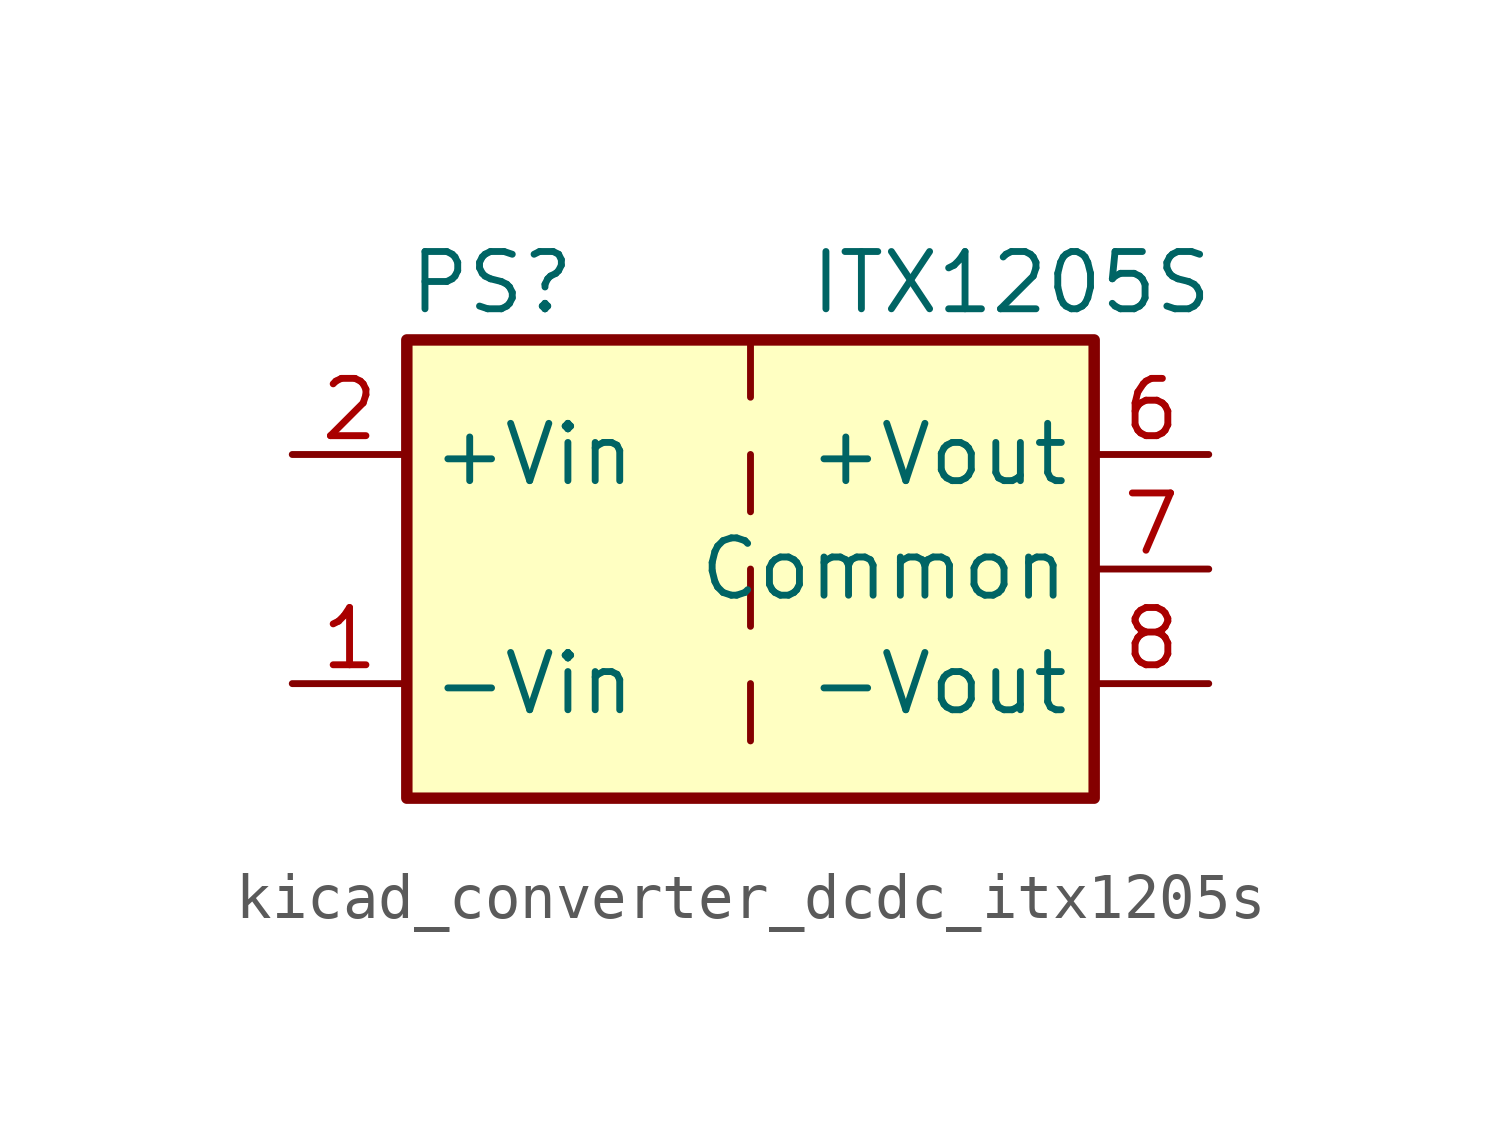
<source format=kicad_sym>
(kicad_symbol_lib
  (version 20220914)
  (generator kicad_symbol_editor)
  (symbol "kicad_converter_dcdc_itx1205s"
    (property "Reference" "PS"
      (at -7.62 6.35 0)
      (effects (font (size 1.27 1.27)) (justify left)))
    (property "Value" "ITX1205S"
      (at 1.27 6.35 0)
      (effects (font (size 1.27 1.27)) (justify left)))
    (symbol "kicad_converter_dcdc_itx1205s_0_0"
      (pin power_in line (at -10.16 -2.54 0) (length 2.54) (name "-Vin" (effects (font (size 1.27 1.27)))) (number "1" (effects (font (size 1.27 1.27)))))
      (pin power_in line (at -10.16 2.54 0) (length 2.54) (name "+Vin" (effects (font (size 1.27 1.27)))) (number "2" (effects (font (size 1.27 1.27)))))
      (pin no_connect line (at 0 -5.08 90) (length 2.54) hide (name "NC" (effects (font (size 1.27 1.27)))) (number "3" (effects (font (size 1.27 1.27)))))
      (pin no_connect line (at 0 5.08 270) (length 2.54) hide (name "NC" (effects (font (size 1.27 1.27)))) (number "5" (effects (font (size 1.27 1.27)))))
      (pin power_out line (at 10.16 2.54 180) (length 2.54) (name "+Vout" (effects (font (size 1.27 1.27)))) (number "6" (effects (font (size 1.27 1.27)))))
      (pin power_out line (at 10.16 0 180) (length 2.54) (name "Common" (effects (font (size 1.27 1.27)))) (number "7" (effects (font (size 1.27 1.27)))))
      (pin power_out line (at 10.16 -2.54 180) (length 2.54) (name "-Vout" (effects (font (size 1.27 1.27)))) (number "8" (effects (font (size 1.27 1.27))))))
    (symbol "kicad_converter_dcdc_itx1205s_0_1"
      (rectangle (start -7.62 5.08) (end 7.62 -5.08) (stroke (width 0.254) (type default)) (fill (type background)))
      (polyline (pts (xy 0 -2.54) (xy 0 -3.81)) (stroke (width 0) (type default)) (fill (type none)))
      (polyline (pts (xy 0 0) (xy 0 -1.27)) (stroke (width 0) (type default)) (fill (type none)))
      (polyline (pts (xy 0 2.54) (xy 0 1.27)) (stroke (width 0) (type default)) (fill (type none)))
      (polyline (pts (xy 0 5.08) (xy 0 3.81)) (stroke (width 0) (type default)) (fill (type none))))))
</source>
